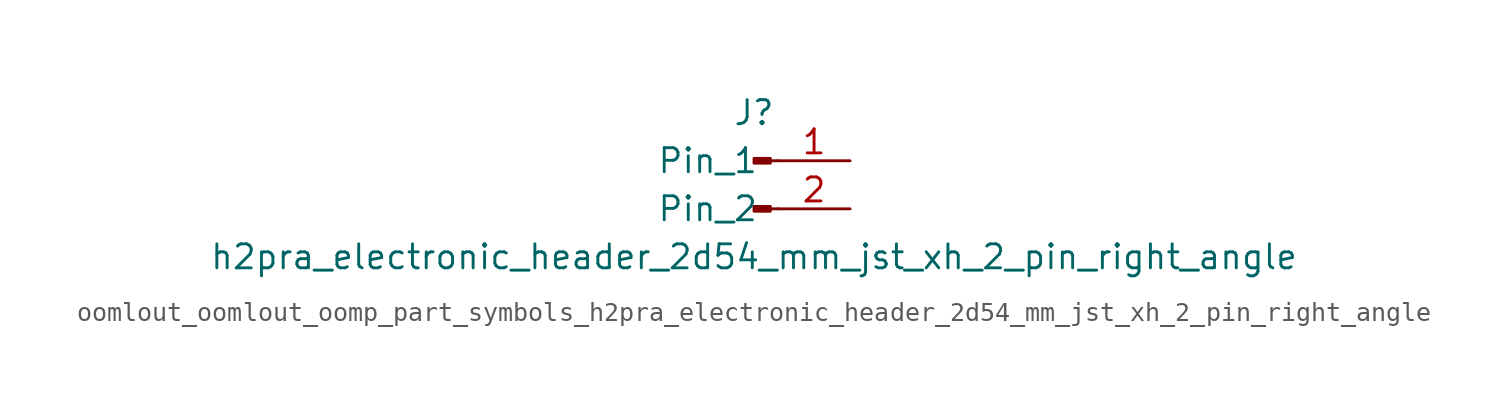
<source format=kicad_sym>
(kicad_symbol_lib
  (version 20220914)
  (generator kicad_symbol_editor)
  (symbol "oomlout_oomlout_oomp_part_symbols_h2pra_electronic_header_2d54_mm_jst_xh_2_pin_right_angle"
    (pin_names
      (offset 1.016))
    (property "Reference" "J"
      (at 0 2.54 0)
      (effects (font (size 1.27 1.27))))
    (property "Value" "h2pra_electronic_header_2d54_mm_jst_xh_2_pin_right_angle"
      (at 0 -5.08 0)
      (effects (font (size 1.27 1.27))))
    (property "ki_locked" ""
      (at 0 0 0)
      (effects (font (size 1.27 1.27))))
    (symbol "oomlout_oomlout_oomp_part_symbols_h2pra_electronic_header_2d54_mm_jst_xh_2_pin_right_angle_1_1"
      (polyline (pts (xy 1.27 -2.54) (xy 0.864 -2.54)) (stroke (width 0.152) (type default)) (fill (type none)))
      (polyline (pts (xy 1.27 0) (xy 0.864 0)) (stroke (width 0.152) (type default)) (fill (type none)))
      (rectangle (start 0.864 -2.413) (end 0 -2.667) (stroke (width 0.152) (type default)) (fill (type outline)))
      (rectangle (start 0.864 0.127) (end 0 -0.127) (stroke (width 0.152) (type default)) (fill (type outline)))
      (pin passive line (at 5.08 0 180) (length 3.81) (name "Pin_1" (effects (font (size 1.27 1.27)))) (number "1" (effects (font (size 1.27 1.27)))))
      (pin passive line (at 5.08 -2.54 180) (length 3.81) (name "Pin_2" (effects (font (size 1.27 1.27)))) (number "2" (effects (font (size 1.27 1.27))))))))
</source>
